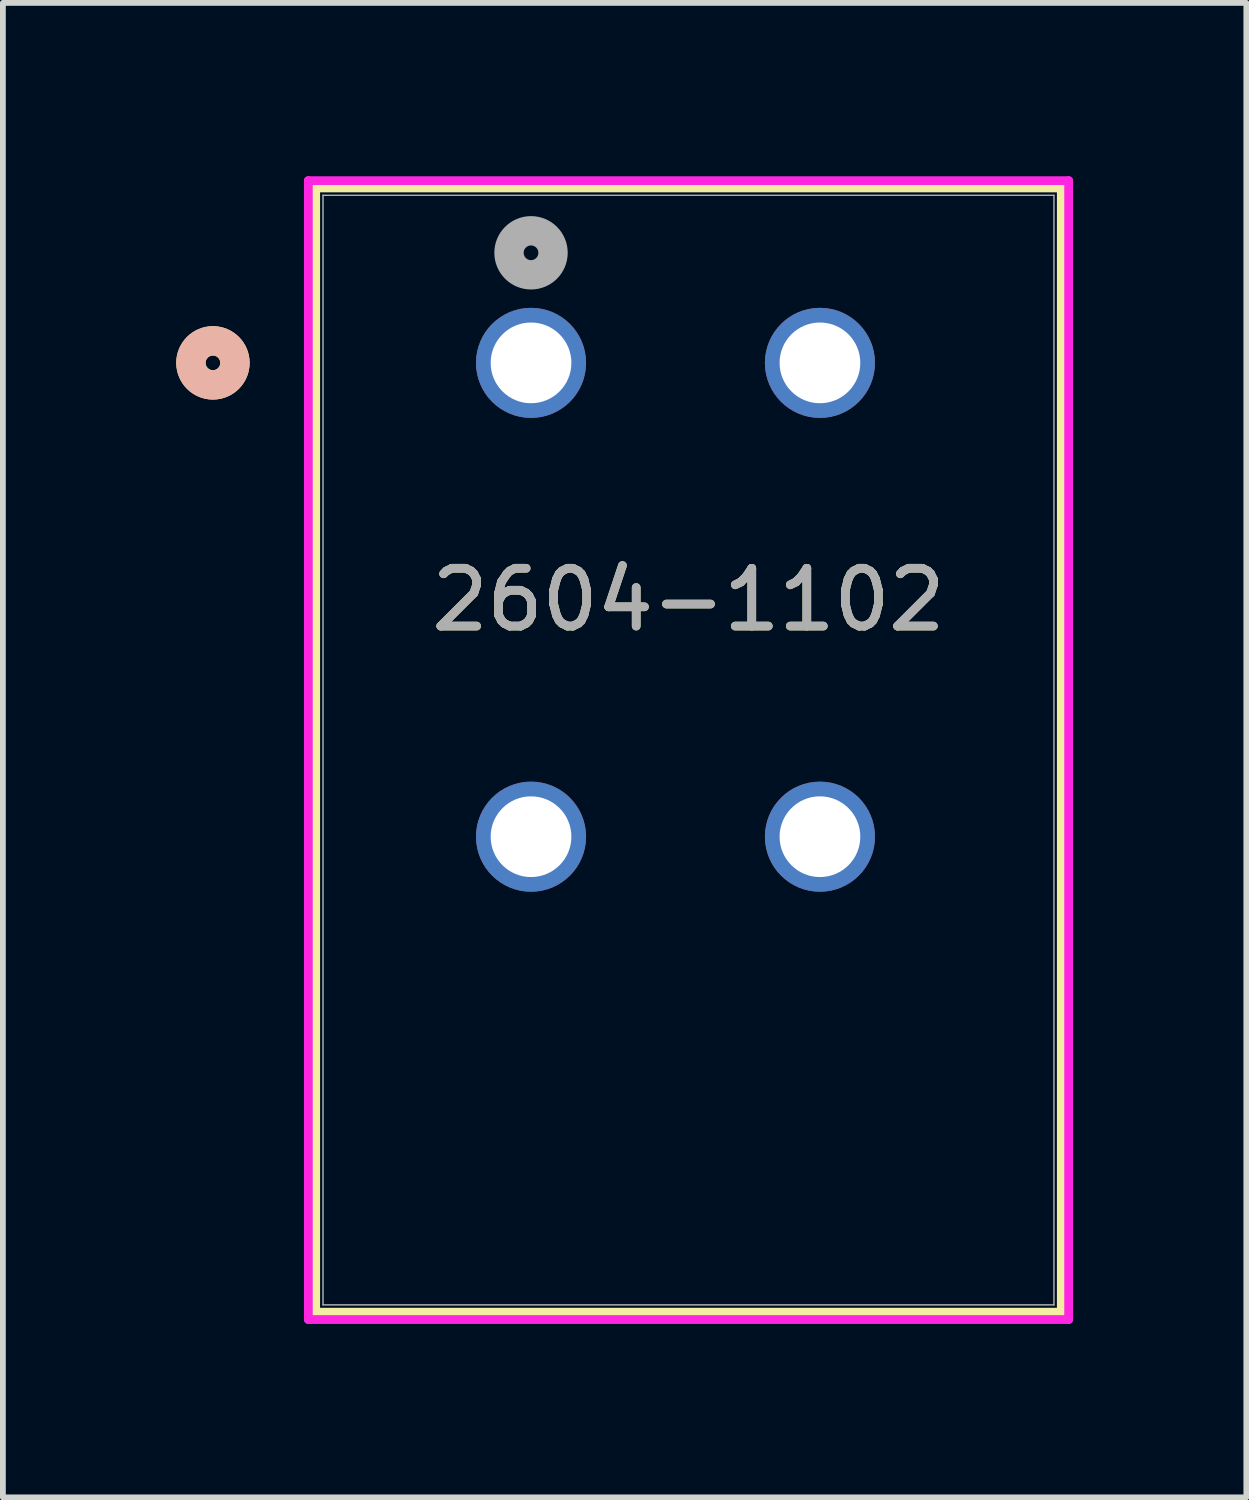
<source format=kicad_pcb>
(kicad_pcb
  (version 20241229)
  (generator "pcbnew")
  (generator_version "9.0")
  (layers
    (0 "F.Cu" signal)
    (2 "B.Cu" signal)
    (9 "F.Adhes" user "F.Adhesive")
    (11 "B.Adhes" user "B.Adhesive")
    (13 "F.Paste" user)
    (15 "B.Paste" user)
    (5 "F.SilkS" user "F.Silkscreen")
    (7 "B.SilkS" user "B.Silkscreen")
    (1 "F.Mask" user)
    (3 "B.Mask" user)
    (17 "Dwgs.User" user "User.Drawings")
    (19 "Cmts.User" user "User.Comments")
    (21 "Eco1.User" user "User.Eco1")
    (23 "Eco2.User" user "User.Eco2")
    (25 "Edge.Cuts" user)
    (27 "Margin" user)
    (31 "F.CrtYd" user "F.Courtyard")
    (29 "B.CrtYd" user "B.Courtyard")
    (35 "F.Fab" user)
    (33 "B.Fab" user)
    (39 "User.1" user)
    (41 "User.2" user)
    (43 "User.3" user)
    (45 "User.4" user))
  (footprint "2604-1102"
    (layer "F.Cu")
    (at 6.14 3.23)
    (property "Reference" "2604-1102" (at 2.725 4.1 0) (unlocked yes) (layer "F.SilkS") (effects (font (size 1 1) (thickness 0.15))))
    (attr through_hole)
    (fp_line (start -3.727 -3.027) (end -3.727 16.429) (stroke (width 0.152) (type solid)) (layer "F.SilkS"))
    (fp_line (start -3.727 16.429) (end 9.177 16.429) (stroke (width 0.152) (type solid)) (layer "F.SilkS"))
    (fp_line (start 9.177 -3.027) (end -3.727 -3.027) (stroke (width 0.152) (type solid)) (layer "F.SilkS"))
    (fp_line (start 9.177 16.429) (end 9.177 -3.027) (stroke (width 0.152) (type solid)) (layer "F.SilkS"))
    (fp_circle (center -5.505 0) (end -5.124 0) (stroke (width 0.508) (type solid)) (fill no) (layer "F.SilkS"))
    (fp_circle (center -5.505 0) (end -5.124 0) (stroke (width 0.508) (type solid)) (fill no) (layer "B.SilkS"))
    (fp_line (start -3.854 -3.154) (end -3.854 16.556) (stroke (width 0.152) (type solid)) (layer "F.CrtYd"))
    (fp_line (start -3.854 16.556) (end 9.304 16.556) (stroke (width 0.152) (type solid)) (layer "F.CrtYd"))
    (fp_line (start 9.304 -3.154) (end -3.854 -3.154) (stroke (width 0.152) (type solid)) (layer "F.CrtYd"))
    (fp_line (start 9.304 16.556) (end 9.304 -3.154) (stroke (width 0.152) (type solid)) (layer "F.CrtYd"))
    (fp_line (start -3.6 -2.9) (end -3.6 16.302) (stroke (width 0.025) (type solid)) (layer "F.Fab"))
    (fp_line (start -3.6 16.302) (end 9.05 16.302) (stroke (width 0.025) (type solid)) (layer "F.Fab"))
    (fp_line (start 9.05 -2.9) (end -3.6 -2.9) (stroke (width 0.025) (type solid)) (layer "F.Fab"))
    (fp_line (start 9.05 16.302) (end 9.05 -2.9) (stroke (width 0.025) (type solid)) (layer "F.Fab"))
    (fp_circle (center 0 -1.905) (end 0.381 -1.905) (stroke (width 0.508) (type solid)) (fill no) (layer "F.Fab"))
    (fp_text user "${REFERENCE}" (at 2.725 4.1 0) (unlocked yes) (layer "F.Fab") (effects (font (size 1 1) (thickness 0.15))))
    (pad "1_1" thru_hole circle (at 0 0) (size 1.905 1.905) (drill 1.397) (layers "*.Cu" "*.Mask"))
    (pad "1_2" thru_hole circle (at 0 8.2) (size 1.905 1.905) (drill 1.397) (layers "*.Cu" "*.Mask"))
    (pad "2_1" thru_hole circle (at 5 0) (size 1.905 1.905) (drill 1.397) (layers "*.Cu" "*.Mask"))
    (pad "2_2" thru_hole circle (at 5 8.2) (size 1.905 1.905) (drill 1.397) (layers "*.Cu" "*.Mask")))
  (gr_rect
    (start -3 -3)
    (end 18.519 22.863)
    (stroke (width 0.1) (type default))
    (fill no)
    (layer "Edge.Cuts")))
</source>
